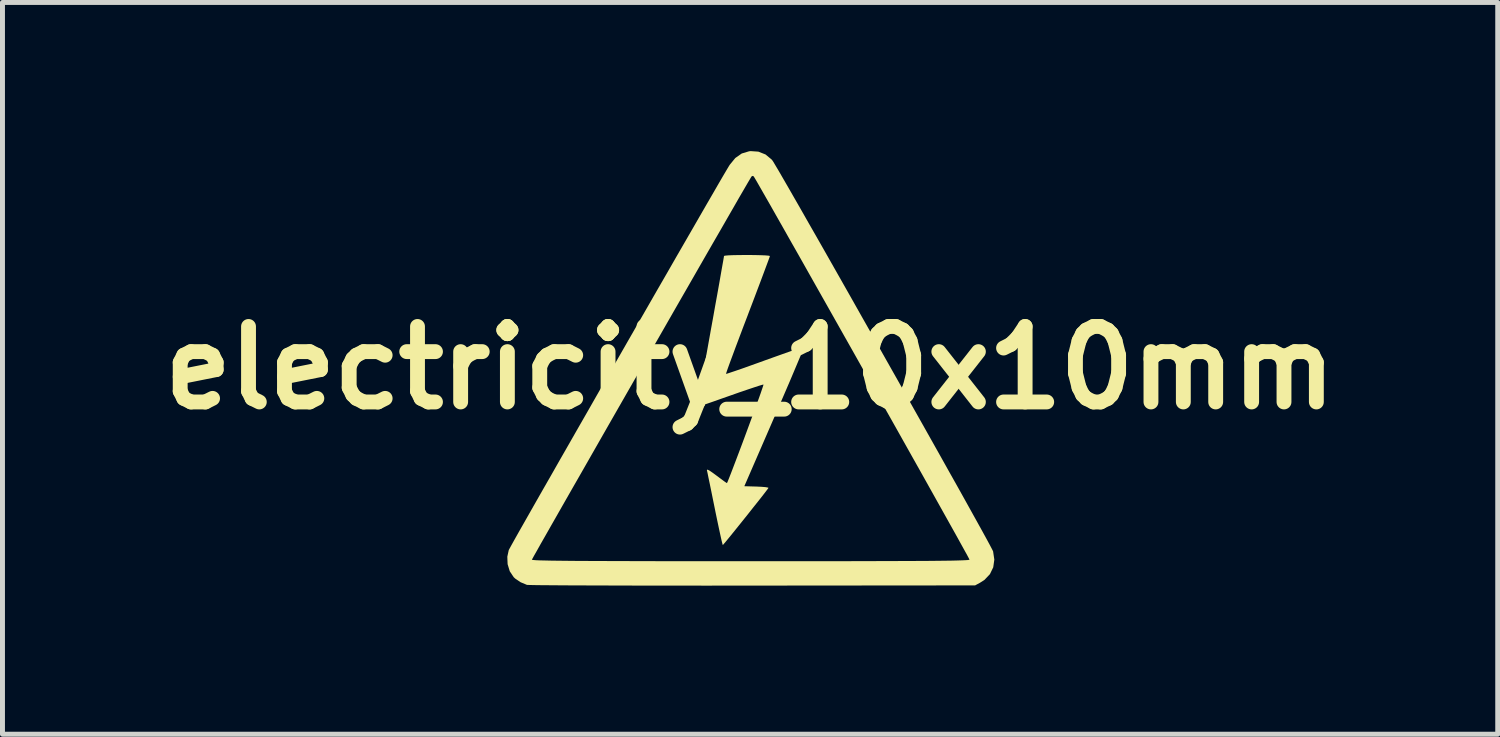
<source format=kicad_pcb>
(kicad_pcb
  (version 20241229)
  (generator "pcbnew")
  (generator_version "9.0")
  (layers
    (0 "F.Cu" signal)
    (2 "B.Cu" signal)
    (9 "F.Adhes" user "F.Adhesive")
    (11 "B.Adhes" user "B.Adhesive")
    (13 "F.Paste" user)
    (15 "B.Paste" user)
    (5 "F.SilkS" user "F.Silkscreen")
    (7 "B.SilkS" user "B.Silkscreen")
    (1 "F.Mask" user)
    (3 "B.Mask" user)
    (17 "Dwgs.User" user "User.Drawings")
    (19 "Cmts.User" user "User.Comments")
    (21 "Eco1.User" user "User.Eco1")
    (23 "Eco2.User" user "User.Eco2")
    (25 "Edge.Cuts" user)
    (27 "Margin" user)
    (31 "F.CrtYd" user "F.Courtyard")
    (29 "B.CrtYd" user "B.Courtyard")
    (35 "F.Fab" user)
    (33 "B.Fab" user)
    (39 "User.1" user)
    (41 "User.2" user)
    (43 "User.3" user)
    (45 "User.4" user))
  (footprint "electricity_10x10mm"
    (layer "F.Cu")
    (at 12.09 4.374)
    (property "Reference" "electricity_10x10mm" (at 0 0 0) (layer "F.SilkS") (effects (font (size 1.524 1.524) (thickness 0.3))))
    (attr board_only exclude_from_pos_files exclude_from_bom)
    (fp_poly (pts (xy 0.083 -2.276) (xy 0.211 -2.273) (xy 0.311 -2.269) (xy 0.377 -2.263) (xy 0.4 -2.257) (xy 0.392 -2.23) (xy 0.367 -2.161) (xy 0.327 -2.054) (xy 0.275 -1.914) (xy 0.212 -1.746) (xy 0.139 -1.553) (xy 0.059 -1.341) (xy -0.028 -1.113) (xy -0.047 -1.062) (xy -0.135 -0.832) (xy -0.216 -0.617) (xy -0.29 -0.421) (xy -0.354 -0.248) (xy -0.408 -0.103) (xy -0.449 0.01) (xy -0.475 0.086) (xy -0.486 0.121) (xy -0.486 0.122) (xy -0.461 0.117) (xy -0.395 0.095) (xy -0.293 0.061) (xy -0.16 0.015) (xy -0.003 -0.041) (xy 0.173 -0.104) (xy 0.3 -0.15) (xy 0.487 -0.217) (xy 0.658 -0.278) (xy 0.808 -0.331) (xy 0.931 -0.373) (xy 1.023 -0.403) (xy 1.076 -0.419) (xy 1.089 -0.421) (xy 1.081 -0.397) (xy 1.055 -0.331) (xy 1.012 -0.227) (xy 0.954 -0.089) (xy 0.883 0.08) (xy 0.801 0.274) (xy 0.708 0.49) (xy 0.607 0.724) (xy 0.5 0.972) (xy 0.492 0.99) (xy -0.116 2.39) (xy 0.132 2.397) (xy 0.235 2.402) (xy 0.315 2.409) (xy 0.363 2.418) (xy 0.371 2.424) (xy 0.353 2.45) (xy 0.309 2.508) (xy 0.244 2.592) (xy 0.162 2.696) (xy 0.067 2.815) (xy -0.034 2.943) (xy -0.138 3.073) (xy -0.24 3.2) (xy -0.335 3.318) (xy -0.418 3.42) (xy -0.485 3.502) (xy -0.531 3.556) (xy -0.55 3.577) (xy -0.551 3.577) (xy -0.558 3.554) (xy -0.575 3.488) (xy -0.598 3.384) (xy -0.627 3.25) (xy -0.661 3.09) (xy -0.698 2.912) (xy -0.711 2.847) (xy -0.749 2.66) (xy -0.784 2.487) (xy -0.815 2.336) (xy -0.841 2.212) (xy -0.859 2.122) (xy -0.87 2.073) (xy -0.872 2.067) (xy -0.864 2.054) (xy -0.825 2.071) (xy -0.753 2.12) (xy -0.681 2.173) (xy -0.595 2.237) (xy -0.525 2.289) (xy -0.48 2.32) (xy -0.467 2.327) (xy -0.456 2.305) (xy -0.43 2.241) (xy -0.391 2.142) (xy -0.342 2.014) (xy -0.284 1.862) (xy -0.22 1.693) (xy -0.152 1.512) (xy -0.083 1.326) (xy -0.014 1.139) (xy 0.052 0.959) (xy 0.113 0.791) (xy 0.168 0.641) (xy 0.213 0.515) (xy 0.246 0.418) (xy 0.266 0.357) (xy 0.271 0.338) (xy 0.245 0.343) (xy 0.179 0.363) (xy 0.078 0.396) (xy -0.053 0.44) (xy -0.206 0.492) (xy -0.376 0.552) (xy -0.402 0.561) (xy -0.573 0.621) (xy -0.728 0.676) (xy -0.861 0.722) (xy -0.966 0.758) (xy -1.037 0.782) (xy -1.067 0.791) (xy -1.068 0.791) (xy -1.064 0.767) (xy -1.052 0.697) (xy -1.033 0.587) (xy -1.007 0.44) (xy -0.975 0.261) (xy -0.938 0.053) (xy -0.897 -0.178) (xy -0.852 -0.429) (xy -0.804 -0.696) (xy -0.799 -0.726) (xy -0.75 -0.994) (xy -0.705 -1.248) (xy -0.662 -1.484) (xy -0.624 -1.696) (xy -0.592 -1.88) (xy -0.565 -2.033) (xy -0.544 -2.15) (xy -0.531 -2.226) (xy -0.526 -2.258) (xy -0.526 -2.258) (xy -0.502 -2.264) (xy -0.436 -2.27) (xy -0.335 -2.274) (xy -0.208 -2.276) (xy -0.063 -2.277)) (stroke (width 0) (type solid)) (fill yes) (layer "F.SilkS"))
    (fp_poly (pts (xy 0.168 -4.363) (xy 0.312 -4.306) (xy 0.435 -4.204) (xy 0.448 -4.189) (xy 0.47 -4.156) (xy 0.514 -4.082) (xy 0.58 -3.971) (xy 0.665 -3.824) (xy 0.769 -3.644) (xy 0.889 -3.435) (xy 1.025 -3.198) (xy 1.174 -2.936) (xy 1.336 -2.653) (xy 1.508 -2.351) (xy 1.689 -2.032) (xy 1.878 -1.699) (xy 2.073 -1.355) (xy 2.272 -1.002) (xy 2.475 -0.644) (xy 2.678 -0.283) (xy 2.882 0.078) (xy 3.085 0.437) (xy 3.284 0.791) (xy 3.479 1.137) (xy 3.668 1.473) (xy 3.849 1.795) (xy 4.02 2.101) (xy 4.182 2.389) (xy 4.331 2.656) (xy 4.466 2.899) (xy 4.586 3.115) (xy 4.689 3.301) (xy 4.774 3.456) (xy 4.839 3.576) (xy 4.882 3.658) (xy 4.903 3.7) (xy 4.905 3.704) (xy 4.93 3.872) (xy 4.908 4.027) (xy 4.841 4.165) (xy 4.732 4.28) (xy 4.642 4.338) (xy 4.542 4.392) (xy 0.05 4.396) (xy -0.421 4.396) (xy -0.879 4.397) (xy -1.322 4.396) (xy -1.747 4.396) (xy -2.15 4.396) (xy -2.531 4.395) (xy -2.886 4.394) (xy -3.213 4.393) (xy -3.509 4.392) (xy -3.771 4.391) (xy -3.998 4.389) (xy -4.186 4.388) (xy -4.333 4.386) (xy -4.436 4.384) (xy -4.494 4.382) (xy -4.505 4.381) (xy -4.632 4.328) (xy -4.74 4.255) (xy -4.772 4.225) (xy -4.851 4.106) (xy -4.894 3.964) (xy -4.898 3.873) (xy -4.404 3.873) (xy -4.395 3.877) (xy -4.367 3.88) (xy -4.318 3.884) (xy -4.247 3.887) (xy -4.15 3.889) (xy -4.028 3.892) (xy -3.877 3.894) (xy -3.695 3.896) (xy -3.482 3.898) (xy -3.235 3.899) (xy -2.952 3.9) (xy -2.631 3.901) (xy -2.271 3.902) (xy -1.87 3.903) (xy -1.426 3.903) (xy -0.936 3.904) (xy -0.4 3.904) (xy 0.013 3.904) (xy 0.581 3.904) (xy 1.101 3.904) (xy 1.575 3.903) (xy 2.005 3.903) (xy 2.392 3.902) (xy 2.738 3.901) (xy 3.047 3.9) (xy 3.318 3.899) (xy 3.554 3.898) (xy 3.758 3.896) (xy 3.93 3.894) (xy 4.074 3.892) (xy 4.19 3.889) (xy 4.281 3.886) (xy 4.348 3.883) (xy 4.394 3.88) (xy 4.421 3.876) (xy 4.429 3.872) (xy 4.429 3.872) (xy 4.417 3.848) (xy 4.382 3.782) (xy 4.325 3.679) (xy 4.248 3.54) (xy 4.153 3.368) (xy 4.04 3.166) (xy 3.912 2.937) (xy 3.77 2.683) (xy 3.615 2.406) (xy 3.45 2.111) (xy 3.274 1.798) (xy 3.091 1.472) (xy 2.901 1.134) (xy 2.706 0.788) (xy 2.508 0.436) (xy 2.308 0.08) (xy 2.108 -0.276) (xy 1.908 -0.63) (xy 1.711 -0.979) (xy 1.518 -1.321) (xy 1.331 -1.652) (xy 1.151 -1.971) (xy 0.98 -2.274) (xy 0.818 -2.559) (xy 0.669 -2.823) (xy 0.532 -3.064) (xy 0.411 -3.278) (xy 0.305 -3.463) (xy 0.217 -3.617) (xy 0.149 -3.736) (xy 0.101 -3.818) (xy 0.075 -3.861) (xy 0.072 -3.866) (xy 0.041 -3.873) (xy 0.024 -3.854) (xy -0.005 -3.805) (xy -0.057 -3.717) (xy -0.129 -3.593) (xy -0.221 -3.435) (xy -0.33 -3.245) (xy -0.455 -3.028) (xy -0.595 -2.784) (xy -0.749 -2.518) (xy -0.914 -2.231) (xy -1.089 -1.926) (xy -1.272 -1.607) (xy -1.463 -1.275) (xy -1.659 -0.933) (xy -1.859 -0.584) (xy -2.062 -0.23) (xy -2.266 0.125) (xy -2.469 0.479) (xy -2.67 0.83) (xy -2.867 1.174) (xy -3.059 1.51) (xy -3.244 1.834) (xy -3.421 2.144) (xy -3.589 2.437) (xy -3.745 2.71) (xy -3.888 2.961) (xy -4.017 3.187) (xy -4.13 3.386) (xy -4.226 3.554) (xy -4.302 3.69) (xy -4.359 3.79) (xy -4.393 3.852) (xy -4.404 3.873) (xy -4.898 3.873) (xy -4.9 3.812) (xy -4.871 3.679) (xy -4.855 3.649) (xy -4.816 3.578) (xy -4.756 3.47) (xy -4.675 3.326) (xy -4.575 3.15) (xy -4.458 2.944) (xy -4.325 2.71) (xy -4.178 2.452) (xy -4.018 2.173) (xy -3.848 1.874) (xy -3.667 1.558) (xy -3.479 1.229) (xy -3.284 0.889) (xy -3.085 0.54) (xy -2.882 0.186) (xy -2.677 -0.171) (xy -2.472 -0.529) (xy -2.268 -0.884) (xy -2.067 -1.234) (xy -1.87 -1.577) (xy -1.679 -1.908) (xy -1.496 -2.227) (xy -1.321 -2.53) (xy -1.157 -2.814) (xy -1.005 -3.078) (xy -0.867 -3.317) (xy -0.744 -3.529) (xy -0.638 -3.713) (xy -0.55 -3.864) (xy -0.481 -3.981) (xy -0.434 -4.06) (xy -0.411 -4.097) (xy -0.298 -4.235) (xy -0.168 -4.326) (xy -0.021 -4.37) (xy 0.01 -4.374)) (stroke (width 0) (type solid)) (fill yes) (layer "F.SilkS")))
  (gr_rect
    (start -3 -3)
    (end 27.181 11.77)
    (stroke (width 0.1) (type default))
    (fill no)
    (layer "Edge.Cuts")))
</source>
